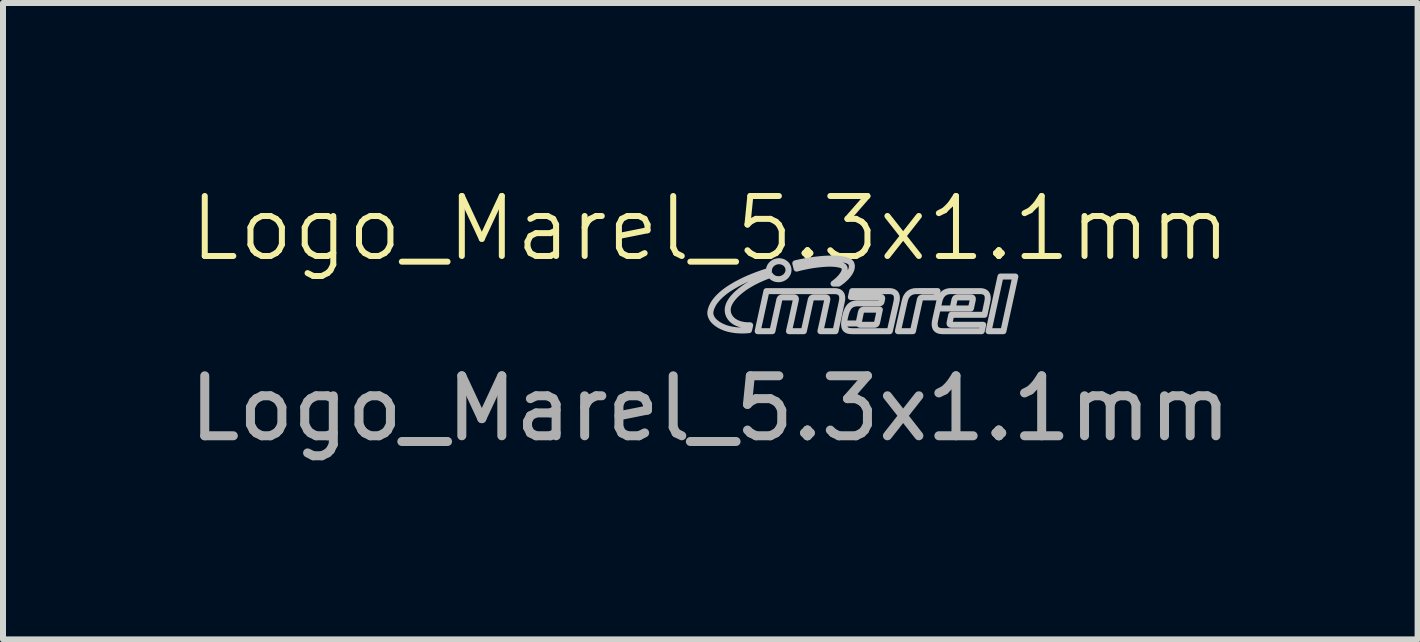
<source format=kicad_pcb>
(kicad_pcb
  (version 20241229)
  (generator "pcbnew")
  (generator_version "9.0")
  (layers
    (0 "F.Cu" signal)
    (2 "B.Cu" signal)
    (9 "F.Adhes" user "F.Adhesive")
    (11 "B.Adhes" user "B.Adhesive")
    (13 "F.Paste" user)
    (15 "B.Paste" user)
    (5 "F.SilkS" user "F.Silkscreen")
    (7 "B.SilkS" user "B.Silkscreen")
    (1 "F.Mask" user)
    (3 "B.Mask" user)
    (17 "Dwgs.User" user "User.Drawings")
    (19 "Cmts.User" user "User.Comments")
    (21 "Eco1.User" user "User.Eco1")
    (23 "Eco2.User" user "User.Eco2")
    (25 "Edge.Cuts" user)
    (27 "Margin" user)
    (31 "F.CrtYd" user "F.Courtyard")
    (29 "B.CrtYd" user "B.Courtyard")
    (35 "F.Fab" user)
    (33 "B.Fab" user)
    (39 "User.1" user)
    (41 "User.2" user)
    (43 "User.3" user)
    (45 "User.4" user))
  (footprint "Logo_Marel_5.3x1.1mm"
    (layer "F.Cu")
    (at 8.792 1.26)
    (property "Reference" "Logo_Marel_5.3x1.1mm" (at 0 -0.5 0) (unlocked yes) (layer "F.SilkS") (effects (font (size 1 1) (thickness 0.1))))
    (attr smd)
    (fp_poly (pts (xy 4.886 1.211) (xy 4.638 1.211) (xy 4.837 0.3) (xy 5.085 0.3)) (stroke (width 0.1) (type solid)) (fill no) (layer "Dwgs.User"))
    (fp_poly (pts (xy 3.765 0.648) (xy 3.545 0.648) (xy 3.539 0.648) (xy 3.533 0.649) (xy 3.531 0.649) (xy 3.528 0.65) (xy 3.526 0.65) (xy 3.523 0.651) (xy 3.521 0.651) (xy 3.519 0.652) (xy 3.517 0.653) (xy 3.515 0.654) (xy 3.513 0.655) (xy 3.511 0.656) (xy 3.51 0.658) (xy 3.508 0.659) (xy 3.506 0.66) (xy 3.505 0.662) (xy 3.504 0.664) (xy 3.502 0.666) (xy 3.501 0.667) (xy 3.5 0.669) (xy 3.499 0.672) (xy 3.498 0.674) (xy 3.495 0.679) (xy 3.494 0.684) (xy 3.492 0.69) (xy 3.491 0.696) (xy 3.461 0.832) (xy 3.378 1.211) (xy 3.127 1.211) (xy 3.237 0.722) (xy 3.243 0.699) (xy 3.249 0.679) (xy 3.252 0.669) (xy 3.256 0.659) (xy 3.26 0.65) (xy 3.264 0.642) (xy 3.269 0.633) (xy 3.274 0.625) (xy 3.279 0.618) (xy 3.284 0.611) (xy 3.289 0.604) (xy 3.295 0.598) (xy 3.301 0.592) (xy 3.307 0.586) (xy 3.314 0.58) (xy 3.321 0.576) (xy 3.328 0.571) (xy 3.335 0.567) (xy 3.343 0.563) (xy 3.35 0.559) (xy 3.359 0.556) (xy 3.367 0.553) (xy 3.376 0.551) (xy 3.385 0.548) (xy 3.394 0.547) (xy 3.403 0.545) (xy 3.423 0.543) (xy 3.444 0.543) (xy 3.788 0.542)) (stroke (width 0.1) (type solid)) (fill no) (layer "Dwgs.User"))
    (fp_poly (pts (xy 2.081 0.001) (xy 2.14 0.004) (xy 2.193 0.011) (xy 2.24 0.02) (xy 2.28 0.031) (xy 2.312 0.046) (xy 2.325 0.054) (xy 2.335 0.064) (xy 2.344 0.073) (xy 2.35 0.084) (xy 2.353 0.094) (xy 2.356 0.103) (xy 2.358 0.113) (xy 2.359 0.123) (xy 2.359 0.134) (xy 2.359 0.144) (xy 2.357 0.154) (xy 2.355 0.165) (xy 2.352 0.176) (xy 2.349 0.187) (xy 2.344 0.198) (xy 2.339 0.209) (xy 2.334 0.22) (xy 2.327 0.231) (xy 2.321 0.242) (xy 2.313 0.253) (xy 2.297 0.275) (xy 2.278 0.297) (xy 2.258 0.319) (xy 2.236 0.34) (xy 2.213 0.361) (xy 2.188 0.381) (xy 2.163 0.4) (xy 2.136 0.418) (xy 2.054 0.418) (xy 2.073 0.404) (xy 2.092 0.389) (xy 2.11 0.374) (xy 2.129 0.357) (xy 2.146 0.34) (xy 2.163 0.323) (xy 2.179 0.305) (xy 2.193 0.287) (xy 2.206 0.269) (xy 2.217 0.251) (xy 2.222 0.242) (xy 2.227 0.233) (xy 2.23 0.224) (xy 2.234 0.215) (xy 2.236 0.207) (xy 2.238 0.198) (xy 2.24 0.19) (xy 2.24 0.182) (xy 2.24 0.174) (xy 2.239 0.166) (xy 2.238 0.158) (xy 2.235 0.151) (xy 2.231 0.142) (xy 2.225 0.134) (xy 2.216 0.127) (xy 2.206 0.12) (xy 2.194 0.114) (xy 2.18 0.109) (xy 2.164 0.104) (xy 2.147 0.1) (xy 2.108 0.093) (xy 2.064 0.088) (xy 2.014 0.086) (xy 1.961 0.086) (xy 1.903 0.089) (xy 1.842 0.094) (xy 1.778 0.101) (xy 1.712 0.11) (xy 1.645 0.121) (xy 1.576 0.135) (xy 1.507 0.15) (xy 1.438 0.168) (xy 1.416 0.08) (xy 1.494 0.062) (xy 1.572 0.047) (xy 1.651 0.033) (xy 1.728 0.022) (xy 1.804 0.013) (xy 1.879 0.006) (xy 1.95 0.002) (xy 2.018 0.000034)) (stroke (width 0.1) (type solid)) (fill no) (layer "Dwgs.User"))
    (fp_poly (pts (xy 2.071 0.543) (xy 2.081 0.543) (xy 2.091 0.544) (xy 2.1 0.545) (xy 2.109 0.547) (xy 2.117 0.548) (xy 2.125 0.551) (xy 2.133 0.553) (xy 2.14 0.556) (xy 2.147 0.559) (xy 2.153 0.563) (xy 2.159 0.567) (xy 2.164 0.571) (xy 2.17 0.576) (xy 2.174 0.581) (xy 2.178 0.586) (xy 2.182 0.592) (xy 2.186 0.598) (xy 2.189 0.604) (xy 2.191 0.611) (xy 2.194 0.618) (xy 2.195 0.626) (xy 2.197 0.633) (xy 2.198 0.642) (xy 2.198 0.65) (xy 2.199 0.66) (xy 2.198 0.669) (xy 2.198 0.679) (xy 2.197 0.689) (xy 2.195 0.7) (xy 2.193 0.711) (xy 2.191 0.722) (xy 2.087 1.211) (xy 1.835 1.211) (xy 1.856 1.116) (xy 1.859 1.103) (xy 1.862 1.09) (xy 1.865 1.076) (xy 1.869 1.06) (xy 1.948 0.696) (xy 1.949 0.69) (xy 1.95 0.684) (xy 1.95 0.679) (xy 1.95 0.674) (xy 1.95 0.672) (xy 1.95 0.67) (xy 1.95 0.668) (xy 1.949 0.666) (xy 1.949 0.664) (xy 1.948 0.662) (xy 1.948 0.66) (xy 1.947 0.659) (xy 1.946 0.658) (xy 1.945 0.656) (xy 1.944 0.655) (xy 1.942 0.654) (xy 1.941 0.653) (xy 1.939 0.652) (xy 1.938 0.651) (xy 1.936 0.651) (xy 1.934 0.65) (xy 1.932 0.65) (xy 1.929 0.649) (xy 1.927 0.649) (xy 1.922 0.648) (xy 1.916 0.648) (xy 1.726 0.648) (xy 1.72 0.648) (xy 1.715 0.649) (xy 1.712 0.649) (xy 1.709 0.65) (xy 1.707 0.65) (xy 1.705 0.651) (xy 1.702 0.651) (xy 1.7 0.652) (xy 1.698 0.653) (xy 1.696 0.654) (xy 1.695 0.655) (xy 1.693 0.656) (xy 1.691 0.658) (xy 1.689 0.659) (xy 1.688 0.66) (xy 1.686 0.662) (xy 1.685 0.664) (xy 1.684 0.666) (xy 1.682 0.668) (xy 1.681 0.67) (xy 1.68 0.672) (xy 1.679 0.674) (xy 1.678 0.676) (xy 1.677 0.679) (xy 1.675 0.684) (xy 1.673 0.69) (xy 1.672 0.696) (xy 1.672 0.696) (xy 1.559 1.211) (xy 1.311 1.211) (xy 1.333 1.11) (xy 1.336 1.099) (xy 1.339 1.087) (xy 1.342 1.074) (xy 1.345 1.06) (xy 1.423 0.701) (xy 1.424 0.694) (xy 1.425 0.687) (xy 1.426 0.681) (xy 1.426 0.676) (xy 1.426 0.673) (xy 1.426 0.671) (xy 1.426 0.669) (xy 1.425 0.667) (xy 1.425 0.665) (xy 1.424 0.663) (xy 1.423 0.661) (xy 1.423 0.66) (xy 1.422 0.658) (xy 1.421 0.657) (xy 1.419 0.655) (xy 1.418 0.654) (xy 1.417 0.653) (xy 1.415 0.652) (xy 1.413 0.652) (xy 1.412 0.651) (xy 1.41 0.65) (xy 1.408 0.65) (xy 1.405 0.649) (xy 1.403 0.649) (xy 1.398 0.648) (xy 1.392 0.648) (xy 1.202 0.648) (xy 1.196 0.648) (xy 1.19 0.649) (xy 1.188 0.649) (xy 1.185 0.65) (xy 1.183 0.65) (xy 1.181 0.651) (xy 1.178 0.651) (xy 1.176 0.652) (xy 1.174 0.653) (xy 1.172 0.654) (xy 1.17 0.655) (xy 1.169 0.656) (xy 1.167 0.658) (xy 1.165 0.659) (xy 1.164 0.66) (xy 1.162 0.662) (xy 1.161 0.664) (xy 1.16 0.666) (xy 1.158 0.668) (xy 1.157 0.67) (xy 1.156 0.672) (xy 1.155 0.674) (xy 1.154 0.676) (xy 1.153 0.679) (xy 1.151 0.684) (xy 1.149 0.69) (xy 1.148 0.696) (xy 1.035 1.211) (xy 0.789 1.211) (xy 0.935 0.543) (xy 2.061 0.543)) (stroke (width 0.1) (type solid)) (fill no) (layer "Dwgs.User"))
    (fp_poly (pts (xy 4.507 0.543) (xy 4.517 0.544) (xy 4.526 0.545) (xy 4.535 0.547) (xy 4.543 0.548) (xy 4.551 0.551) (xy 4.559 0.553) (xy 4.566 0.556) (xy 4.573 0.559) (xy 4.579 0.563) (xy 4.585 0.567) (xy 4.591 0.571) (xy 4.596 0.576) (xy 4.6 0.58) (xy 4.605 0.586) (xy 4.608 0.592) (xy 4.612 0.598) (xy 4.615 0.604) (xy 4.617 0.611) (xy 4.62 0.618) (xy 4.621 0.625) (xy 4.623 0.633) (xy 4.624 0.642) (xy 4.624 0.65) (xy 4.625 0.659) (xy 4.624 0.669) (xy 4.624 0.679) (xy 4.621 0.699) (xy 4.617 0.722) (xy 4.571 0.938) (xy 4.017 0.938) (xy 3.991 1.057) (xy 3.989 1.063) (xy 3.989 1.069) (xy 3.988 1.072) (xy 3.988 1.075) (xy 3.988 1.077) (xy 3.988 1.079) (xy 3.988 1.082) (xy 3.988 1.084) (xy 3.988 1.086) (xy 3.989 1.088) (xy 3.989 1.09) (xy 3.99 1.091) (xy 3.991 1.093) (xy 3.991 1.094) (xy 3.992 1.096) (xy 3.994 1.097) (xy 3.995 1.098) (xy 3.996 1.099) (xy 3.997 1.1) (xy 3.999 1.101) (xy 4.001 1.102) (xy 4.003 1.103) (xy 4.005 1.103) (xy 4.007 1.104) (xy 4.009 1.104) (xy 4.011 1.105) (xy 4.014 1.105) (xy 4.017 1.105) (xy 4.019 1.105) (xy 4.022 1.105) (xy 4.455 1.105) (xy 4.549 1.105) (xy 4.524 1.211) (xy 3.878 1.211) (xy 3.857 1.21) (xy 3.847 1.209) (xy 3.838 1.208) (xy 3.829 1.207) (xy 3.821 1.205) (xy 3.813 1.203) (xy 3.805 1.2) (xy 3.798 1.197) (xy 3.792 1.194) (xy 3.785 1.191) (xy 3.779 1.187) (xy 3.774 1.182) (xy 3.769 1.178) (xy 3.764 1.173) (xy 3.76 1.168) (xy 3.756 1.162) (xy 3.753 1.156) (xy 3.75 1.149) (xy 3.747 1.143) (xy 3.745 1.135) (xy 3.743 1.128) (xy 3.742 1.12) (xy 3.741 1.112) (xy 3.74 1.103) (xy 3.74 1.094) (xy 3.74 1.085) (xy 3.741 1.075) (xy 3.743 1.054) (xy 3.747 1.032) (xy 3.791 0.832) (xy 4.039 0.832) (xy 4.344 0.832) (xy 4.374 0.696) (xy 4.375 0.69) (xy 4.376 0.684) (xy 4.376 0.681) (xy 4.376 0.679) (xy 4.376 0.676) (xy 4.376 0.674) (xy 4.376 0.672) (xy 4.376 0.669) (xy 4.376 0.667) (xy 4.376 0.666) (xy 4.375 0.664) (xy 4.374 0.662) (xy 4.374 0.66) (xy 4.373 0.659) (xy 4.372 0.658) (xy 4.371 0.656) (xy 4.37 0.655) (xy 4.368 0.654) (xy 4.367 0.653) (xy 4.365 0.652) (xy 4.364 0.651) (xy 4.362 0.651) (xy 4.36 0.65) (xy 4.358 0.65) (xy 4.356 0.649) (xy 4.353 0.649) (xy 4.351 0.648) (xy 4.348 0.648) (xy 4.345 0.648) (xy 4.342 0.648) (xy 4.122 0.648) (xy 4.116 0.648) (xy 4.111 0.649) (xy 4.108 0.649) (xy 4.106 0.65) (xy 4.103 0.65) (xy 4.101 0.651) (xy 4.099 0.651) (xy 4.097 0.652) (xy 4.094 0.653) (xy 4.093 0.654) (xy 4.091 0.655) (xy 4.089 0.656) (xy 4.087 0.658) (xy 4.086 0.659) (xy 4.084 0.66) (xy 4.083 0.662) (xy 4.081 0.664) (xy 4.08 0.666) (xy 4.078 0.667) (xy 4.077 0.669) (xy 4.076 0.672) (xy 4.075 0.674) (xy 4.073 0.679) (xy 4.071 0.684) (xy 4.07 0.69) (xy 4.068 0.696) (xy 4.039 0.832) (xy 3.791 0.832) (xy 3.815 0.722) (xy 3.82 0.699) (xy 3.826 0.679) (xy 3.83 0.669) (xy 3.834 0.659) (xy 3.838 0.65) (xy 3.842 0.642) (xy 3.846 0.633) (xy 3.851 0.625) (xy 3.856 0.618) (xy 3.861 0.611) (xy 3.867 0.604) (xy 3.873 0.598) (xy 3.879 0.592) (xy 3.885 0.586) (xy 3.891 0.58) (xy 3.898 0.576) (xy 3.905 0.571) (xy 3.913 0.567) (xy 3.92 0.563) (xy 3.928 0.559) (xy 3.936 0.556) (xy 3.944 0.553) (xy 3.953 0.551) (xy 3.962 0.548) (xy 3.971 0.547) (xy 3.981 0.545) (xy 4 0.543) (xy 4.021 0.543) (xy 4.487 0.543)) (stroke (width 0.1) (type solid)) (fill no) (layer "Dwgs.User"))
    (fp_poly (pts (xy 1.155 0.045) (xy 1.163 0.046) (xy 1.171 0.047) (xy 1.178 0.048) (xy 1.186 0.05) (xy 1.194 0.052) (xy 1.201 0.054) (xy 1.208 0.057) (xy 1.215 0.06) (xy 1.222 0.063) (xy 1.229 0.067) (xy 1.235 0.071) (xy 1.241 0.075) (xy 1.247 0.079) (xy 1.253 0.084) (xy 1.259 0.089) (xy 1.264 0.094) (xy 1.269 0.1) (xy 1.274 0.105) (xy 1.278 0.111) (xy 1.282 0.118) (xy 1.286 0.124) (xy 1.289 0.13) (xy 1.292 0.137) (xy 1.295 0.144) (xy 1.297 0.151) (xy 1.299 0.159) (xy 1.301 0.166) (xy 1.302 0.174) (xy 1.302 0.182) (xy 1.303 0.189) (xy 1.303 0.197) (xy 1.302 0.204) (xy 1.301 0.211) (xy 1.3 0.219) (xy 1.298 0.226) (xy 1.296 0.233) (xy 1.294 0.24) (xy 1.291 0.247) (xy 1.288 0.253) (xy 1.284 0.26) (xy 1.28 0.266) (xy 1.276 0.273) (xy 1.272 0.279) (xy 1.267 0.285) (xy 1.262 0.29) (xy 1.257 0.296) (xy 1.251 0.301) (xy 1.245 0.306) (xy 1.239 0.311) (xy 1.233 0.315) (xy 1.226 0.319) (xy 1.219 0.323) (xy 1.212 0.327) (xy 1.205 0.33) (xy 1.198 0.333) (xy 1.19 0.336) (xy 1.182 0.338) (xy 1.174 0.34) (xy 1.166 0.342) (xy 1.153 0.344) (xy 1.14 0.344) (xy 1.128 0.344) (xy 1.115 0.343) (xy 1.103 0.342) (xy 1.092 0.339) (xy 1.08 0.336) (xy 1.069 0.332) (xy 1.058 0.327) (xy 1.048 0.321) (xy 1.039 0.315) (xy 1.029 0.308) (xy 1.021 0.3) (xy 1.013 0.292) (xy 1.006 0.284) (xy 0.999 0.274) (xy 0.923 0.302) (xy 0.851 0.332) (xy 0.783 0.363) (xy 0.72 0.395) (xy 0.66 0.429) (xy 0.605 0.462) (xy 0.554 0.497) (xy 0.508 0.532) (xy 0.466 0.567) (xy 0.428 0.602) (xy 0.395 0.637) (xy 0.366 0.671) (xy 0.342 0.705) (xy 0.322 0.738) (xy 0.307 0.77) (xy 0.297 0.801) (xy 0.294 0.815) (xy 0.291 0.83) (xy 0.29 0.844) (xy 0.29 0.859) (xy 0.29 0.873) (xy 0.292 0.888) (xy 0.294 0.902) (xy 0.297 0.916) (xy 0.302 0.929) (xy 0.307 0.943) (xy 0.313 0.956) (xy 0.321 0.969) (xy 0.329 0.982) (xy 0.338 0.994) (xy 0.348 1.006) (xy 0.359 1.018) (xy 0.371 1.028) (xy 0.384 1.039) (xy 0.398 1.049) (xy 0.413 1.058) (xy 0.429 1.067) (xy 0.445 1.075) (xy 0.463 1.082) (xy 0.482 1.089) (xy 0.501 1.095) (xy 0.522 1.1) (xy 0.543 1.104) (xy 0.565 1.108) (xy 0.589 1.111) (xy 0.613 1.112) (xy 0.638 1.113) (xy 0.664 1.113) (xy 0.645 1.194) (xy 0.57 1.199) (xy 0.499 1.199) (xy 0.431 1.195) (xy 0.368 1.186) (xy 0.308 1.174) (xy 0.254 1.158) (xy 0.204 1.138) (xy 0.159 1.116) (xy 0.119 1.091) (xy 0.084 1.064) (xy 0.055 1.036) (xy 0.043 1.021) (xy 0.032 1.006) (xy 0.023 0.99) (xy 0.015 0.974) (xy 0.009 0.959) (xy 0.004 0.943) (xy 0.001 0.926) (xy 0.000058 0.91) (xy 0.000463 0.894) (xy 0.003 0.878) (xy 0.008 0.855) (xy 0.015 0.832) (xy 0.024 0.808) (xy 0.035 0.785) (xy 0.047 0.762) (xy 0.061 0.739) (xy 0.077 0.716) (xy 0.095 0.693) (xy 0.114 0.67) (xy 0.135 0.647) (xy 0.158 0.625) (xy 0.182 0.602) (xy 0.208 0.58) (xy 0.235 0.558) (xy 0.264 0.536) (xy 0.295 0.514) (xy 0.327 0.493) (xy 0.361 0.472) (xy 0.432 0.43) (xy 0.51 0.389) (xy 0.593 0.349) (xy 0.681 0.311) (xy 0.775 0.274) (xy 0.873 0.239) (xy 0.977 0.205) (xy 0.977 0.198) (xy 0.977 0.191) (xy 0.978 0.184) (xy 0.978 0.178) (xy 0.98 0.171) (xy 0.981 0.164) (xy 0.983 0.158) (xy 0.985 0.151) (xy 0.988 0.145) (xy 0.991 0.139) (xy 0.994 0.132) (xy 0.997 0.126) (xy 1.001 0.121) (xy 1.005 0.115) (xy 1.009 0.109) (xy 1.013 0.104) (xy 1.018 0.099) (xy 1.023 0.094) (xy 1.028 0.089) (xy 1.033 0.084) (xy 1.039 0.08) (xy 1.045 0.076) (xy 1.051 0.072) (xy 1.057 0.068) (xy 1.064 0.064) (xy 1.07 0.061) (xy 1.077 0.058) (xy 1.084 0.056) (xy 1.091 0.053) (xy 1.099 0.051) (xy 1.106 0.049) (xy 1.114 0.048) (xy 1.122 0.046) (xy 1.13 0.046) (xy 1.139 0.045) (xy 1.147 0.045)) (stroke (width 0.1) (type solid)) (fill no) (layer "Dwgs.User"))
    (fp_poly (pts (xy 2.993 0.543) (xy 3.002 0.544) (xy 3.012 0.545) (xy 3.021 0.547) (xy 3.029 0.548) (xy 3.037 0.551) (xy 3.044 0.553) (xy 3.052 0.556) (xy 3.058 0.559) (xy 3.065 0.563) (xy 3.071 0.567) (xy 3.076 0.571) (xy 3.081 0.575) (xy 3.086 0.58) (xy 3.09 0.586) (xy 3.094 0.591) (xy 3.097 0.597) (xy 3.1 0.604) (xy 3.103 0.611) (xy 3.105 0.618) (xy 3.107 0.625) (xy 3.108 0.633) (xy 3.109 0.641) (xy 3.11 0.65) (xy 3.11 0.659) (xy 3.11 0.669) (xy 3.109 0.678) (xy 3.107 0.699) (xy 3.103 0.721) (xy 2.992 1.211) (xy 2.363 1.211) (xy 2.342 1.21) (xy 2.323 1.208) (xy 2.305 1.205) (xy 2.297 1.203) (xy 2.289 1.2) (xy 2.282 1.197) (xy 2.276 1.194) (xy 2.269 1.19) (xy 2.263 1.186) (xy 2.258 1.181) (xy 2.253 1.176) (xy 2.249 1.17) (xy 2.245 1.164) (xy 2.241 1.157) (xy 2.238 1.149) (xy 2.236 1.141) (xy 2.234 1.133) (xy 2.232 1.124) (xy 2.231 1.114) (xy 2.23 1.103) (xy 2.23 1.092) (xy 2.23 1.079) (xy 2.473 1.079) (xy 2.473 1.082) (xy 2.474 1.084) (xy 2.474 1.086) (xy 2.474 1.088) (xy 2.475 1.09) (xy 2.475 1.091) (xy 2.476 1.093) (xy 2.477 1.094) (xy 2.478 1.096) (xy 2.479 1.097) (xy 2.48 1.098) (xy 2.481 1.099) (xy 2.483 1.1) (xy 2.484 1.101) (xy 2.486 1.102) (xy 2.488 1.103) (xy 2.49 1.103) (xy 2.492 1.104) (xy 2.494 1.104) (xy 2.497 1.105) (xy 2.499 1.105) (xy 2.502 1.105) (xy 2.505 1.105) (xy 2.508 1.105) (xy 2.728 1.105) (xy 2.734 1.105) (xy 2.739 1.105) (xy 2.742 1.104) (xy 2.744 1.104) (xy 2.747 1.103) (xy 2.749 1.103) (xy 2.751 1.102) (xy 2.753 1.101) (xy 2.755 1.1) (xy 2.757 1.099) (xy 2.759 1.098) (xy 2.761 1.097) (xy 2.763 1.096) (xy 2.764 1.094) (xy 2.766 1.093) (xy 2.767 1.091) (xy 2.769 1.09) (xy 2.77 1.088) (xy 2.771 1.086) (xy 2.773 1.084) (xy 2.774 1.082) (xy 2.775 1.079) (xy 2.777 1.075) (xy 2.779 1.069) (xy 2.78 1.063) (xy 2.782 1.057) (xy 2.826 0.852) (xy 2.826 0.852) (xy 2.563 0.852) (xy 2.557 0.853) (xy 2.552 0.853) (xy 2.549 0.853) (xy 2.547 0.854) (xy 2.544 0.854) (xy 2.542 0.855) (xy 2.54 0.856) (xy 2.538 0.856) (xy 2.536 0.857) (xy 2.534 0.858) (xy 2.532 0.859) (xy 2.53 0.861) (xy 2.529 0.862) (xy 2.527 0.863) (xy 2.526 0.865) (xy 2.524 0.866) (xy 2.523 0.868) (xy 2.522 0.87) (xy 2.52 0.872) (xy 2.519 0.874) (xy 2.518 0.876) (xy 2.517 0.878) (xy 2.515 0.883) (xy 2.513 0.888) (xy 2.511 0.894) (xy 2.509 0.901) (xy 2.476 1.057) (xy 2.475 1.063) (xy 2.474 1.069) (xy 2.474 1.072) (xy 2.474 1.075) (xy 2.473 1.077) (xy 2.473 1.079) (xy 2.23 1.079) (xy 2.231 1.068) (xy 2.234 1.041) (xy 2.238 1.012) (xy 2.245 0.979) (xy 2.253 0.946) (xy 2.261 0.916) (xy 2.265 0.902) (xy 2.27 0.889) (xy 2.274 0.877) (xy 2.279 0.865) (xy 2.284 0.854) (xy 2.289 0.844) (xy 2.295 0.834) (xy 2.3 0.825) (xy 2.306 0.816) (xy 2.312 0.808) (xy 2.318 0.801) (xy 2.325 0.794) (xy 2.331 0.788) (xy 2.338 0.782) (xy 2.345 0.777) (xy 2.353 0.772) (xy 2.36 0.767) (xy 2.368 0.764) (xy 2.376 0.76) (xy 2.385 0.757) (xy 2.393 0.755) (xy 2.402 0.752) (xy 2.412 0.751) (xy 2.421 0.749) (xy 2.431 0.748) (xy 2.441 0.747) (xy 2.462 0.747) (xy 2.812 0.747) (xy 2.817 0.747) (xy 2.821 0.746) (xy 2.824 0.746) (xy 2.826 0.745) (xy 2.828 0.745) (xy 2.83 0.745) (xy 2.831 0.744) (xy 2.833 0.743) (xy 2.835 0.743) (xy 2.836 0.742) (xy 2.838 0.741) (xy 2.839 0.741) (xy 2.841 0.74) (xy 2.842 0.739) (xy 2.843 0.738) (xy 2.844 0.737) (xy 2.846 0.735) (xy 2.847 0.734) (xy 2.848 0.733) (xy 2.849 0.732) (xy 2.85 0.73) (xy 2.851 0.729) (xy 2.852 0.727) (xy 2.852 0.725) (xy 2.853 0.724) (xy 2.854 0.722) (xy 2.854 0.72) (xy 2.855 0.718) (xy 2.855 0.716) (xy 2.864 0.673) (xy 2.864 0.671) (xy 2.865 0.669) (xy 2.865 0.667) (xy 2.865 0.666) (xy 2.865 0.664) (xy 2.865 0.662) (xy 2.865 0.661) (xy 2.865 0.659) (xy 2.865 0.658) (xy 2.864 0.656) (xy 2.864 0.655) (xy 2.863 0.654) (xy 2.863 0.653) (xy 2.862 0.651) (xy 2.861 0.65) (xy 2.86 0.65) (xy 2.859 0.649) (xy 2.858 0.648) (xy 2.857 0.647) (xy 2.856 0.646) (xy 2.855 0.646) (xy 2.853 0.645) (xy 2.852 0.645) (xy 2.851 0.644) (xy 2.849 0.644) (xy 2.847 0.643) (xy 2.844 0.643) (xy 2.84 0.643) (xy 2.836 0.642) (xy 2.462 0.642) (xy 2.343 0.643) (xy 2.365 0.543) (xy 2.972 0.543)) (stroke (width 0.1) (type solid)) (fill no) (layer "Dwgs.User"))
    (fp_text user "${REFERENCE}" (at 0 2.5 0) (unlocked yes) (layer "F.Fab") (effects (font (size 1 1) (thickness 0.15)))))
  (gr_rect
    (start -3 -3)
    (end 20.583 7.609)
    (stroke (width 0.1) (type default))
    (fill no)
    (layer "Edge.Cuts")))
</source>
